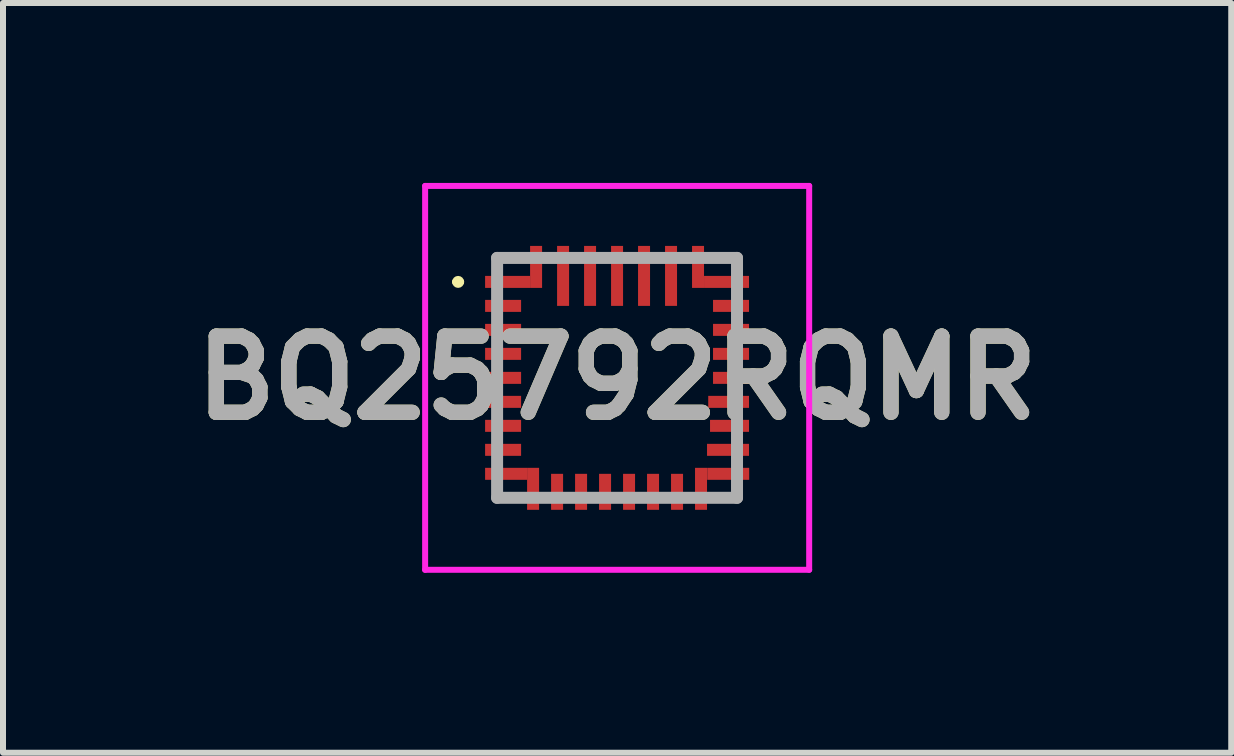
<source format=kicad_pcb>
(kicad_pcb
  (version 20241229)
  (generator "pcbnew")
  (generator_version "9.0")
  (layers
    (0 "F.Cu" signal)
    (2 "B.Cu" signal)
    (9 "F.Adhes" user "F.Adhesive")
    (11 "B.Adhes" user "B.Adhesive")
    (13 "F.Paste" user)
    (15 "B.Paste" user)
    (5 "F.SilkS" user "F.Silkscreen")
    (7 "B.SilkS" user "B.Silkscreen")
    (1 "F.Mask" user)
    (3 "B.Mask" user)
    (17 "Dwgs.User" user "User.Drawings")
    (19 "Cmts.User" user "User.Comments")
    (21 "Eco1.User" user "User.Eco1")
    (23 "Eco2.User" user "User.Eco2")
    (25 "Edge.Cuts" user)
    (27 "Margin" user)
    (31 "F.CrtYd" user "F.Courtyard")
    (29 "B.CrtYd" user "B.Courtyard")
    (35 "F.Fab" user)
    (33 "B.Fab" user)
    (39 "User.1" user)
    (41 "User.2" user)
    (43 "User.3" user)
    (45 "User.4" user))
  (footprint "BQ25792RQMR"
    (layer "F.Cu")
    (at 7.238 3.25)
    (property "Reference" "BQ25792RQMR" (at 0.001 0 0) (layer "F.SilkS") (effects (font (size 1.27 1.27) (thickness 0.254))))
    (attr smd)
    (fp_line (start -2.7 -1.6) (end -2.7 -1.6) (stroke (width 0.1) (type solid)) (layer "F.SilkS"))
    (fp_line (start -2.6 -1.6) (end -2.6 -1.6) (stroke (width 0.1) (type solid)) (layer "F.SilkS"))
    (fp_arc (start -2.7 -1.6) (mid -2.65 -1.65) (end -2.6 -1.6) (stroke (width 0.1) (type solid)) (layer "F.SilkS"))
    (fp_arc (start -2.6 -1.6) (mid -2.65 -1.55) (end -2.7 -1.6) (stroke (width 0.1) (type solid)) (layer "F.SilkS"))
    (fp_line (start -3.2 -3.2) (end 3.203 -3.2) (stroke (width 0.1) (type solid)) (layer "F.CrtYd"))
    (fp_line (start -3.2 3.2) (end -3.2 -3.2) (stroke (width 0.1) (type solid)) (layer "F.CrtYd"))
    (fp_line (start 3.203 -3.2) (end 3.203 3.2) (stroke (width 0.1) (type solid)) (layer "F.CrtYd"))
    (fp_line (start 3.203 3.2) (end -3.2 3.2) (stroke (width 0.1) (type solid)) (layer "F.CrtYd"))
    (fp_line (start -2 -2) (end -2 2) (stroke (width 0.2) (type solid)) (layer "F.Fab"))
    (fp_line (start -2 2) (end 2 2) (stroke (width 0.2) (type solid)) (layer "F.Fab"))
    (fp_line (start 2 -2) (end -2 -2) (stroke (width 0.2) (type solid)) (layer "F.Fab"))
    (fp_line (start 2 2) (end 2 -2) (stroke (width 0.2) (type solid)) (layer "F.Fab"))
    (fp_text user "${REFERENCE}" (at 0.001 0 0) (layer "F.Fab") (effects (font (size 1.27 1.27) (thickness 0.254))))
    (pad "1" smd rect (at -1.825 -1.6 90) (size 0.2 0.75) (layers "F.Cu" "F.Mask" "F.Paste"))
    (pad "2" smd rect (at -1.9 -1.2 90) (size 0.2 0.6) (layers "F.Cu" "F.Mask" "F.Paste"))
    (pad "3" smd rect (at -1.9 -0.8 90) (size 0.2 0.6) (layers "F.Cu" "F.Mask" "F.Paste"))
    (pad "4" smd rect (at -1.9 -0.4 90) (size 0.2 0.6) (layers "F.Cu" "F.Mask" "F.Paste"))
    (pad "5" smd rect (at -1.9 0 90) (size 0.2 0.6) (layers "F.Cu" "F.Mask" "F.Paste"))
    (pad "6" smd rect (at -1.9 0.4 90) (size 0.2 0.6) (layers "F.Cu" "F.Mask" "F.Paste"))
    (pad "7" smd rect (at -1.9 0.8 90) (size 0.2 0.6) (layers "F.Cu" "F.Mask" "F.Paste"))
    (pad "8" smd rect (at -1.9 1.2 90) (size 0.2 0.6) (layers "F.Cu" "F.Mask" "F.Paste"))
    (pad "9" smd rect (at -1.85 1.6 90) (size 0.2 0.7) (layers "F.Cu" "F.Mask" "F.Paste"))
    (pad "10" smd rect (at -1 1.9) (size 0.2 0.6) (layers "F.Cu" "F.Mask" "F.Paste"))
    (pad "11" smd rect (at -0.6 1.9) (size 0.2 0.6) (layers "F.Cu" "F.Mask" "F.Paste"))
    (pad "12" smd rect (at -0.2 1.9) (size 0.2 0.6) (layers "F.Cu" "F.Mask" "F.Paste"))
    (pad "13" smd rect (at 0.2 1.9) (size 0.2 0.6) (layers "F.Cu" "F.Mask" "F.Paste"))
    (pad "14" smd rect (at 0.6 1.9) (size 0.2 0.6) (layers "F.Cu" "F.Mask" "F.Paste"))
    (pad "15" smd rect (at 1 1.9) (size 0.2 0.6) (layers "F.Cu" "F.Mask" "F.Paste"))
    (pad "16" smd rect (at 1.853 1.6 90) (size 0.2 0.7) (layers "F.Cu" "F.Mask" "F.Paste"))
    (pad "17" smd rect (at 1.85 1.2 90) (size 0.2 0.7) (layers "F.Cu" "F.Mask" "F.Paste"))
    (pad "18" smd rect (at 1.875 0.8 90) (size 0.2 0.65) (layers "F.Cu" "F.Mask" "F.Paste"))
    (pad "19" smd rect (at 1.86 0.4 90) (size 0.2 0.68) (layers "F.Cu" "F.Mask" "F.Paste"))
    (pad "20" smd rect (at 1.9 0 90) (size 0.2 0.6) (layers "F.Cu" "F.Mask" "F.Paste"))
    (pad "21" smd rect (at 1.9 -0.4 90) (size 0.2 0.6) (layers "F.Cu" "F.Mask" "F.Paste"))
    (pad "22" smd rect (at 1.9 -0.8 90) (size 0.2 0.6) (layers "F.Cu" "F.Mask" "F.Paste"))
    (pad "23" smd rect (at 1.9 -1.2 90) (size 0.2 0.6) (layers "F.Cu" "F.Mask" "F.Paste"))
    (pad "24" smd rect (at 1.825 -1.6 90) (size 0.2 0.75) (layers "F.Cu" "F.Mask" "F.Paste"))
    (pad "25" smd rect (at 0.9 -1.7) (size 0.2 1) (layers "F.Cu" "F.Mask" "F.Paste"))
    (pad "26" smd rect (at 0.45 -1.7) (size 0.2 1) (layers "F.Cu" "F.Mask" "F.Paste"))
    (pad "27" smd rect (at 0 -1.7) (size 0.2 1) (layers "F.Cu" "F.Mask" "F.Paste"))
    (pad "28" smd rect (at -0.45 -1.7) (size 0.2 1) (layers "F.Cu" "F.Mask" "F.Paste"))
    (pad "29" smd rect (at -0.9 -1.7) (size 0.2 1) (layers "F.Cu" "F.Mask" "F.Paste"))
    (pad "30" smd rect (at -1.35 -1.85) (size 0.2 0.7) (layers "F.Cu" "F.Mask" "F.Paste"))
    (pad "31" smd rect (at -1.4 1.85) (size 0.2 0.7) (layers "F.Cu" "F.Mask" "F.Paste"))
    (pad "32" smd rect (at 1.4 1.85) (size 0.2 0.7) (layers "F.Cu" "F.Mask" "F.Paste"))
    (pad "33" smd rect (at 1.35 -1.85) (size 0.2 0.7) (layers "F.Cu" "F.Mask" "F.Paste")))
  (gr_rect
    (start -3 -3)
    (end 17.478 9.5)
    (stroke (width 0.1) (type default))
    (fill no)
    (layer "Edge.Cuts")))
</source>
